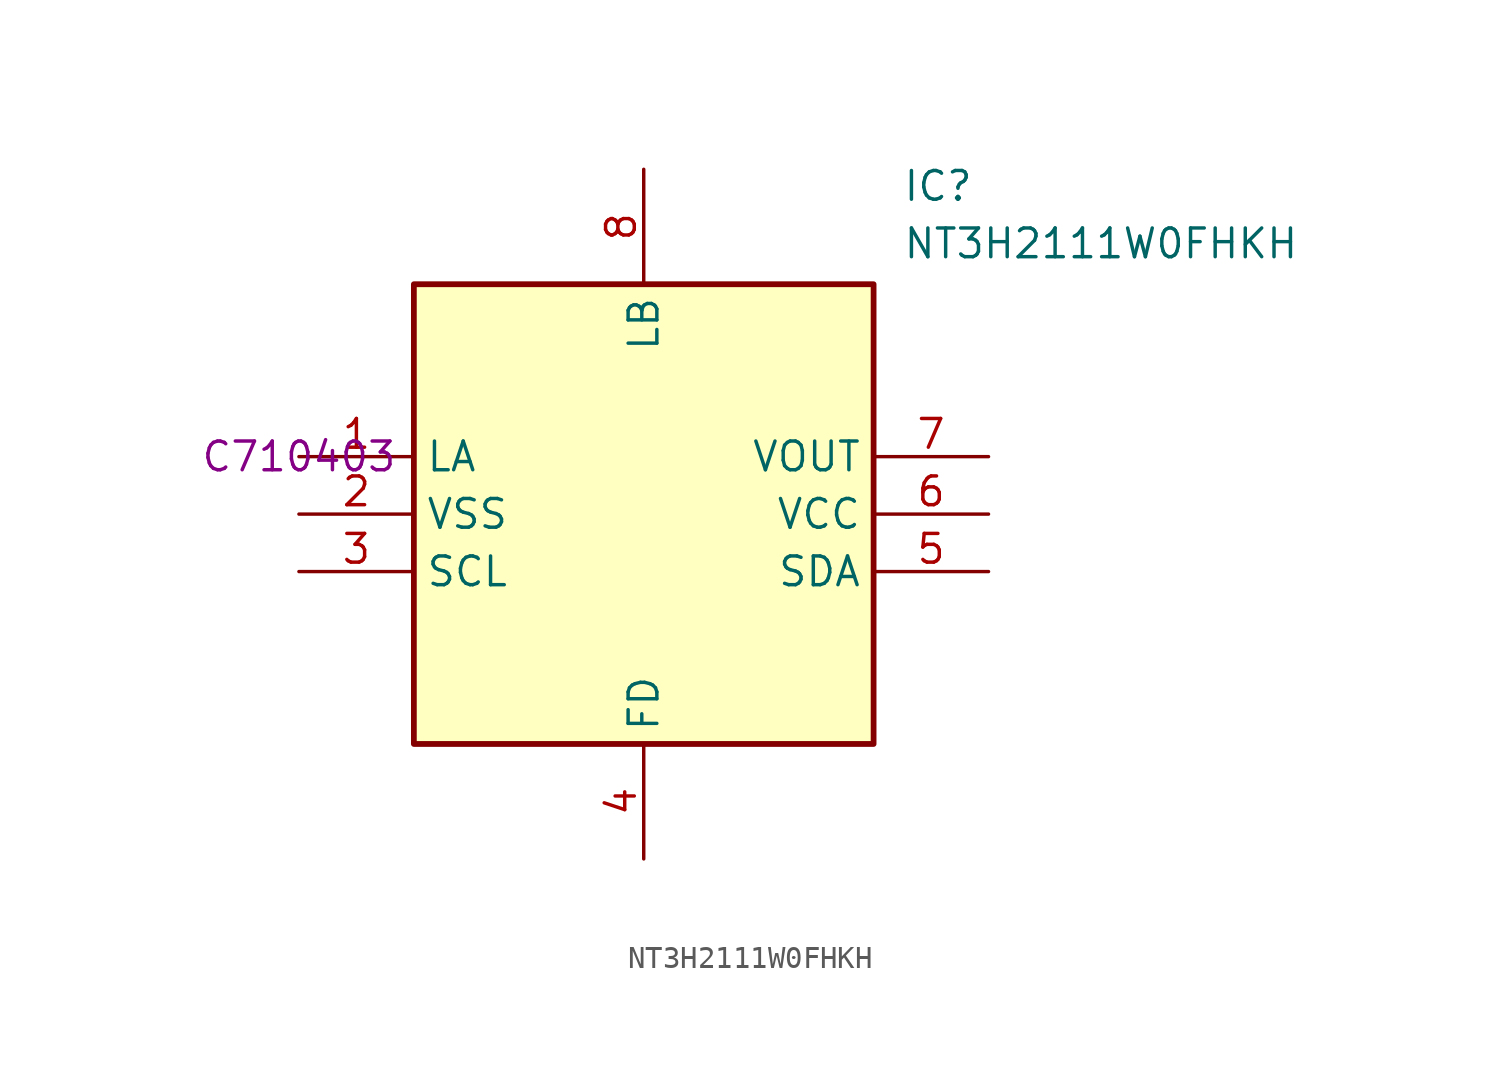
<source format=kicad_sym>
(kicad_symbol_lib
  (version 20231120)
  (generator "kicad_symbol_editor")
  (generator_version "8.0")
  (symbol "NT3H2111W0FHKH"
    (property "Reference" "IC"
      (at 26.67 12.7 0)
      (effects (font (size 1.27 1.27)) (justify left top)))
    (property "Value" "NT3H2111W0FHKH"
      (at 26.67 10.16 0)
      (effects (font (size 1.27 1.27)) (justify left top)))
    (property "LCSC Part" "C710403"
      (at 0 0 0)
      (effects (font (size 1.27 1.27))))
    (symbol "NT3H2111W0FHKH_1_1"
      (rectangle (start 5.08 7.62) (end 25.4 -12.7) (stroke (width 0.254) (type default)) (fill (type background)))
      (pin passive line (at 0 0 0) (length 5.08) (name "LA" (effects (font (size 1.27 1.27)))) (number "1" (effects (font (size 1.27 1.27)))))
      (pin passive line (at 0 -2.54 0) (length 5.08) (name "VSS" (effects (font (size 1.27 1.27)))) (number "2" (effects (font (size 1.27 1.27)))))
      (pin passive line (at 0 -5.08 0) (length 5.08) (name "SCL" (effects (font (size 1.27 1.27)))) (number "3" (effects (font (size 1.27 1.27)))))
      (pin passive line (at 15.24 -17.78 90) (length 5.08) (name "FD" (effects (font (size 1.27 1.27)))) (number "4" (effects (font (size 1.27 1.27)))))
      (pin passive line (at 30.48 -5.08 180) (length 5.08) (name "SDA" (effects (font (size 1.27 1.27)))) (number "5" (effects (font (size 1.27 1.27)))))
      (pin passive line (at 30.48 -2.54 180) (length 5.08) (name "VCC" (effects (font (size 1.27 1.27)))) (number "6" (effects (font (size 1.27 1.27)))))
      (pin passive line (at 30.48 0 180) (length 5.08) (name "VOUT" (effects (font (size 1.27 1.27)))) (number "7" (effects (font (size 1.27 1.27)))))
      (pin passive line (at 15.24 12.7 270) (length 5.08) (name "LB" (effects (font (size 1.27 1.27)))) (number "8" (effects (font (size 1.27 1.27))))))))
</source>
